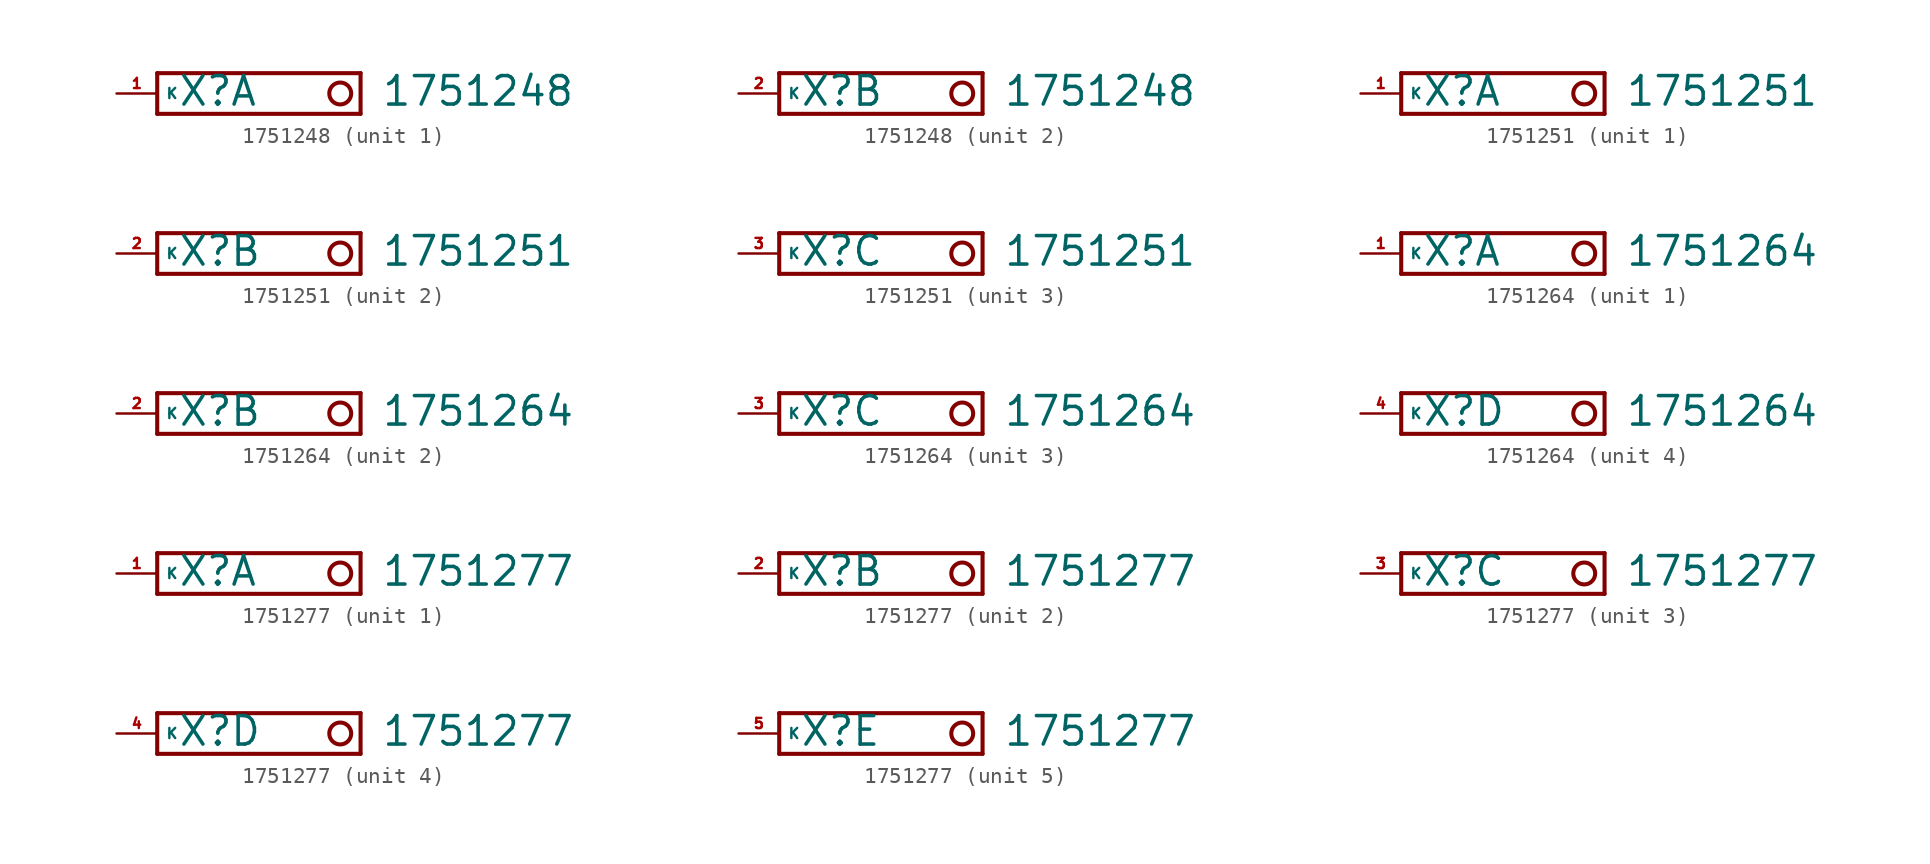
<source format=kicad_sym>
(kicad_symbol_lib
  (version 20220914)
  (generator Eagle2Kicad)
  (symbol "1751248"
    (property "Reference" "X"
      (at 1.27 -0.889 0)
      (effects (font (size 1.778 1.778) (thickness 0.22)) (justify left bottom)))
    (property "Value" "1751248"
      (at 13.97 -0.889 0)
      (effects (font (size 1.778 1.778) (thickness 0.22)) (justify left bottom)))
    (symbol "1751248_1_0"
      (polyline (pts (xy 0 -1.27) (xy 0 1.27)) (stroke (width 0.254) (type default)) (fill (type none)))
      (polyline (pts (xy 12.7 -1.27) (xy 0 -1.27)) (stroke (width 0.254) (type default)) (fill (type none)))
      (polyline (pts (xy 12.7 -1.27) (xy 12.7 1.27)) (stroke (width 0.254) (type default)) (fill (type none)))
      (polyline (pts (xy 0 1.27) (xy 12.7 1.27)) (stroke (width 0.254) (type default)) (fill (type none)))
      (circle (center 11.43 0) (radius 0.684) (stroke (width 0.254) (type default)) (fill (type none)))
      (pin passive line (at -2.54 0 0) (length 2.54) (name "K" (effects (font (size 0.635 0.635) (thickness 0.08)) (justify left bottom))) (number "1" (effects (font (size 0.635 0.635) (thickness 0.08)) (justify left bottom)))))
    (symbol "1751248_2_0"
      (polyline (pts (xy 0 -1.27) (xy 0 1.27)) (stroke (width 0.254) (type default)) (fill (type none)))
      (polyline (pts (xy 12.7 -1.27) (xy 0 -1.27)) (stroke (width 0.254) (type default)) (fill (type none)))
      (polyline (pts (xy 12.7 -1.27) (xy 12.7 1.27)) (stroke (width 0.254) (type default)) (fill (type none)))
      (polyline (pts (xy 0 1.27) (xy 12.7 1.27)) (stroke (width 0.254) (type default)) (fill (type none)))
      (circle (center 11.43 0) (radius 0.684) (stroke (width 0.254) (type default)) (fill (type none)))
      (pin passive line (at -2.54 0 0) (length 2.54) (name "K" (effects (font (size 0.635 0.635) (thickness 0.08)) (justify left bottom))) (number "2" (effects (font (size 0.635 0.635) (thickness 0.08)) (justify left bottom))))))
  (symbol "1751251"
    (property "Reference" "X"
      (at 1.27 -0.889 0)
      (effects (font (size 1.778 1.778) (thickness 0.22)) (justify left bottom)))
    (property "Value" "1751251"
      (at 13.97 -0.889 0)
      (effects (font (size 1.778 1.778) (thickness 0.22)) (justify left bottom)))
    (symbol "1751251_1_0"
      (polyline (pts (xy 0 -1.27) (xy 0 1.27)) (stroke (width 0.254) (type default)) (fill (type none)))
      (polyline (pts (xy 12.7 -1.27) (xy 0 -1.27)) (stroke (width 0.254) (type default)) (fill (type none)))
      (polyline (pts (xy 12.7 -1.27) (xy 12.7 1.27)) (stroke (width 0.254) (type default)) (fill (type none)))
      (polyline (pts (xy 0 1.27) (xy 12.7 1.27)) (stroke (width 0.254) (type default)) (fill (type none)))
      (circle (center 11.43 0) (radius 0.684) (stroke (width 0.254) (type default)) (fill (type none)))
      (pin passive line (at -2.54 0 0) (length 2.54) (name "K" (effects (font (size 0.635 0.635) (thickness 0.08)) (justify left bottom))) (number "1" (effects (font (size 0.635 0.635) (thickness 0.08)) (justify left bottom)))))
    (symbol "1751251_2_0"
      (polyline (pts (xy 0 -1.27) (xy 0 1.27)) (stroke (width 0.254) (type default)) (fill (type none)))
      (polyline (pts (xy 12.7 -1.27) (xy 0 -1.27)) (stroke (width 0.254) (type default)) (fill (type none)))
      (polyline (pts (xy 12.7 -1.27) (xy 12.7 1.27)) (stroke (width 0.254) (type default)) (fill (type none)))
      (polyline (pts (xy 0 1.27) (xy 12.7 1.27)) (stroke (width 0.254) (type default)) (fill (type none)))
      (circle (center 11.43 0) (radius 0.684) (stroke (width 0.254) (type default)) (fill (type none)))
      (pin passive line (at -2.54 0 0) (length 2.54) (name "K" (effects (font (size 0.635 0.635) (thickness 0.08)) (justify left bottom))) (number "2" (effects (font (size 0.635 0.635) (thickness 0.08)) (justify left bottom)))))
    (symbol "1751251_3_0"
      (polyline (pts (xy 0 -1.27) (xy 0 1.27)) (stroke (width 0.254) (type default)) (fill (type none)))
      (polyline (pts (xy 12.7 -1.27) (xy 0 -1.27)) (stroke (width 0.254) (type default)) (fill (type none)))
      (polyline (pts (xy 12.7 -1.27) (xy 12.7 1.27)) (stroke (width 0.254) (type default)) (fill (type none)))
      (polyline (pts (xy 0 1.27) (xy 12.7 1.27)) (stroke (width 0.254) (type default)) (fill (type none)))
      (circle (center 11.43 0) (radius 0.684) (stroke (width 0.254) (type default)) (fill (type none)))
      (pin passive line (at -2.54 0 0) (length 2.54) (name "K" (effects (font (size 0.635 0.635) (thickness 0.08)) (justify left bottom))) (number "3" (effects (font (size 0.635 0.635) (thickness 0.08)) (justify left bottom))))))
  (symbol "1751264"
    (property "Reference" "X"
      (at 1.27 -0.889 0)
      (effects (font (size 1.778 1.778) (thickness 0.22)) (justify left bottom)))
    (property "Value" "1751264"
      (at 13.97 -0.889 0)
      (effects (font (size 1.778 1.778) (thickness 0.22)) (justify left bottom)))
    (symbol "1751264_1_0"
      (polyline (pts (xy 0 -1.27) (xy 0 1.27)) (stroke (width 0.254) (type default)) (fill (type none)))
      (polyline (pts (xy 12.7 -1.27) (xy 0 -1.27)) (stroke (width 0.254) (type default)) (fill (type none)))
      (polyline (pts (xy 12.7 -1.27) (xy 12.7 1.27)) (stroke (width 0.254) (type default)) (fill (type none)))
      (polyline (pts (xy 0 1.27) (xy 12.7 1.27)) (stroke (width 0.254) (type default)) (fill (type none)))
      (circle (center 11.43 0) (radius 0.684) (stroke (width 0.254) (type default)) (fill (type none)))
      (pin passive line (at -2.54 0 0) (length 2.54) (name "K" (effects (font (size 0.635 0.635) (thickness 0.08)) (justify left bottom))) (number "1" (effects (font (size 0.635 0.635) (thickness 0.08)) (justify left bottom)))))
    (symbol "1751264_2_0"
      (polyline (pts (xy 0 -1.27) (xy 0 1.27)) (stroke (width 0.254) (type default)) (fill (type none)))
      (polyline (pts (xy 12.7 -1.27) (xy 0 -1.27)) (stroke (width 0.254) (type default)) (fill (type none)))
      (polyline (pts (xy 12.7 -1.27) (xy 12.7 1.27)) (stroke (width 0.254) (type default)) (fill (type none)))
      (polyline (pts (xy 0 1.27) (xy 12.7 1.27)) (stroke (width 0.254) (type default)) (fill (type none)))
      (circle (center 11.43 0) (radius 0.684) (stroke (width 0.254) (type default)) (fill (type none)))
      (pin passive line (at -2.54 0 0) (length 2.54) (name "K" (effects (font (size 0.635 0.635) (thickness 0.08)) (justify left bottom))) (number "2" (effects (font (size 0.635 0.635) (thickness 0.08)) (justify left bottom)))))
    (symbol "1751264_3_0"
      (polyline (pts (xy 0 -1.27) (xy 0 1.27)) (stroke (width 0.254) (type default)) (fill (type none)))
      (polyline (pts (xy 12.7 -1.27) (xy 0 -1.27)) (stroke (width 0.254) (type default)) (fill (type none)))
      (polyline (pts (xy 12.7 -1.27) (xy 12.7 1.27)) (stroke (width 0.254) (type default)) (fill (type none)))
      (polyline (pts (xy 0 1.27) (xy 12.7 1.27)) (stroke (width 0.254) (type default)) (fill (type none)))
      (circle (center 11.43 0) (radius 0.684) (stroke (width 0.254) (type default)) (fill (type none)))
      (pin passive line (at -2.54 0 0) (length 2.54) (name "K" (effects (font (size 0.635 0.635) (thickness 0.08)) (justify left bottom))) (number "3" (effects (font (size 0.635 0.635) (thickness 0.08)) (justify left bottom)))))
    (symbol "1751264_4_0"
      (polyline (pts (xy 0 -1.27) (xy 0 1.27)) (stroke (width 0.254) (type default)) (fill (type none)))
      (polyline (pts (xy 12.7 -1.27) (xy 0 -1.27)) (stroke (width 0.254) (type default)) (fill (type none)))
      (polyline (pts (xy 12.7 -1.27) (xy 12.7 1.27)) (stroke (width 0.254) (type default)) (fill (type none)))
      (polyline (pts (xy 0 1.27) (xy 12.7 1.27)) (stroke (width 0.254) (type default)) (fill (type none)))
      (circle (center 11.43 0) (radius 0.684) (stroke (width 0.254) (type default)) (fill (type none)))
      (pin passive line (at -2.54 0 0) (length 2.54) (name "K" (effects (font (size 0.635 0.635) (thickness 0.08)) (justify left bottom))) (number "4" (effects (font (size 0.635 0.635) (thickness 0.08)) (justify left bottom))))))
  (symbol "1751277"
    (property "Reference" "X"
      (at 1.27 -0.889 0)
      (effects (font (size 1.778 1.778) (thickness 0.22)) (justify left bottom)))
    (property "Value" "1751277"
      (at 13.97 -0.889 0)
      (effects (font (size 1.778 1.778) (thickness 0.22)) (justify left bottom)))
    (symbol "1751277_1_0"
      (polyline (pts (xy 0 -1.27) (xy 0 1.27)) (stroke (width 0.254) (type default)) (fill (type none)))
      (polyline (pts (xy 12.7 -1.27) (xy 0 -1.27)) (stroke (width 0.254) (type default)) (fill (type none)))
      (polyline (pts (xy 12.7 -1.27) (xy 12.7 1.27)) (stroke (width 0.254) (type default)) (fill (type none)))
      (polyline (pts (xy 0 1.27) (xy 12.7 1.27)) (stroke (width 0.254) (type default)) (fill (type none)))
      (circle (center 11.43 0) (radius 0.684) (stroke (width 0.254) (type default)) (fill (type none)))
      (pin passive line (at -2.54 0 0) (length 2.54) (name "K" (effects (font (size 0.635 0.635) (thickness 0.08)) (justify left bottom))) (number "1" (effects (font (size 0.635 0.635) (thickness 0.08)) (justify left bottom)))))
    (symbol "1751277_2_0"
      (polyline (pts (xy 0 -1.27) (xy 0 1.27)) (stroke (width 0.254) (type default)) (fill (type none)))
      (polyline (pts (xy 12.7 -1.27) (xy 0 -1.27)) (stroke (width 0.254) (type default)) (fill (type none)))
      (polyline (pts (xy 12.7 -1.27) (xy 12.7 1.27)) (stroke (width 0.254) (type default)) (fill (type none)))
      (polyline (pts (xy 0 1.27) (xy 12.7 1.27)) (stroke (width 0.254) (type default)) (fill (type none)))
      (circle (center 11.43 0) (radius 0.684) (stroke (width 0.254) (type default)) (fill (type none)))
      (pin passive line (at -2.54 0 0) (length 2.54) (name "K" (effects (font (size 0.635 0.635) (thickness 0.08)) (justify left bottom))) (number "2" (effects (font (size 0.635 0.635) (thickness 0.08)) (justify left bottom)))))
    (symbol "1751277_3_0"
      (polyline (pts (xy 0 -1.27) (xy 0 1.27)) (stroke (width 0.254) (type default)) (fill (type none)))
      (polyline (pts (xy 12.7 -1.27) (xy 0 -1.27)) (stroke (width 0.254) (type default)) (fill (type none)))
      (polyline (pts (xy 12.7 -1.27) (xy 12.7 1.27)) (stroke (width 0.254) (type default)) (fill (type none)))
      (polyline (pts (xy 0 1.27) (xy 12.7 1.27)) (stroke (width 0.254) (type default)) (fill (type none)))
      (circle (center 11.43 0) (radius 0.684) (stroke (width 0.254) (type default)) (fill (type none)))
      (pin passive line (at -2.54 0 0) (length 2.54) (name "K" (effects (font (size 0.635 0.635) (thickness 0.08)) (justify left bottom))) (number "3" (effects (font (size 0.635 0.635) (thickness 0.08)) (justify left bottom)))))
    (symbol "1751277_4_0"
      (polyline (pts (xy 0 -1.27) (xy 0 1.27)) (stroke (width 0.254) (type default)) (fill (type none)))
      (polyline (pts (xy 12.7 -1.27) (xy 0 -1.27)) (stroke (width 0.254) (type default)) (fill (type none)))
      (polyline (pts (xy 12.7 -1.27) (xy 12.7 1.27)) (stroke (width 0.254) (type default)) (fill (type none)))
      (polyline (pts (xy 0 1.27) (xy 12.7 1.27)) (stroke (width 0.254) (type default)) (fill (type none)))
      (circle (center 11.43 0) (radius 0.684) (stroke (width 0.254) (type default)) (fill (type none)))
      (pin passive line (at -2.54 0 0) (length 2.54) (name "K" (effects (font (size 0.635 0.635) (thickness 0.08)) (justify left bottom))) (number "4" (effects (font (size 0.635 0.635) (thickness 0.08)) (justify left bottom)))))
    (symbol "1751277_5_0"
      (polyline (pts (xy 0 -1.27) (xy 0 1.27)) (stroke (width 0.254) (type default)) (fill (type none)))
      (polyline (pts (xy 12.7 -1.27) (xy 0 -1.27)) (stroke (width 0.254) (type default)) (fill (type none)))
      (polyline (pts (xy 12.7 -1.27) (xy 12.7 1.27)) (stroke (width 0.254) (type default)) (fill (type none)))
      (polyline (pts (xy 0 1.27) (xy 12.7 1.27)) (stroke (width 0.254) (type default)) (fill (type none)))
      (circle (center 11.43 0) (radius 0.684) (stroke (width 0.254) (type default)) (fill (type none)))
      (pin passive line (at -2.54 0 0) (length 2.54) (name "K" (effects (font (size 0.635 0.635) (thickness 0.08)) (justify left bottom))) (number "5" (effects (font (size 0.635 0.635) (thickness 0.08)) (justify left bottom)))))))
</source>
